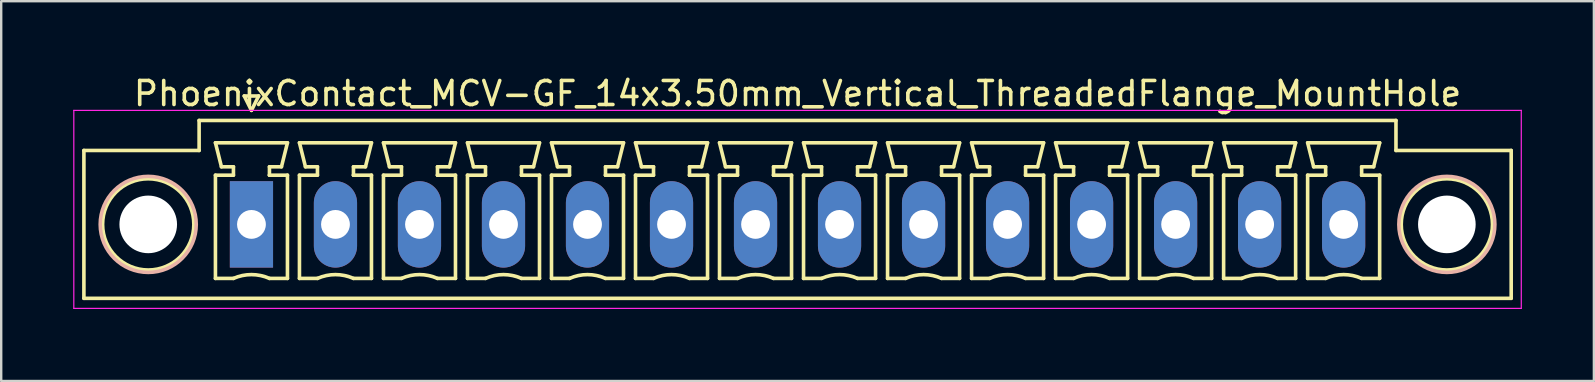
<source format=kicad_pcb>
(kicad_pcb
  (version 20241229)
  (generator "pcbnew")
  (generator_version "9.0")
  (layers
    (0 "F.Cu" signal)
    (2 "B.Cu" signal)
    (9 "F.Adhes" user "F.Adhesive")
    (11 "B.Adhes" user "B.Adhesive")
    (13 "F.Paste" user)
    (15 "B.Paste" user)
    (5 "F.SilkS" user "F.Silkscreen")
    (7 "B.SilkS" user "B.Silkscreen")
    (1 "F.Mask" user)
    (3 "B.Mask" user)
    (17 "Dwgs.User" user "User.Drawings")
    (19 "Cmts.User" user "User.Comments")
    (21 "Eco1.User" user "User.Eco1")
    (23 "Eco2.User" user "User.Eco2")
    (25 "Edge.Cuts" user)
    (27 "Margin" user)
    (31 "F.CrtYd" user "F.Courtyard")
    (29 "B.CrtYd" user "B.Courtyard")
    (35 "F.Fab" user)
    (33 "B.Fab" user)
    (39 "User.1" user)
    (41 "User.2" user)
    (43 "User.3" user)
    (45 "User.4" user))
  (footprint "PhoenixContact_MCV-GF_14x3.50mm_Vertical_ThreadedFlange_MountHole"
    (layer "F.Cu")
    (at 7.425 6.298)
    (property "Reference" "PhoenixContact_MCV-GF_14x3.50mm_Vertical_ThreadedFlange_MountHole" (at 22.75 -5.45 0) (layer "F.SilkS") (effects (font (size 1 1) (thickness 0.15))))
    (attr through_hole)
    (fp_line (start -6.98 -3.08) (end -6.98 3.08) (stroke (width 0.15) (type solid)) (layer "F.SilkS"))
    (fp_line (start -6.98 3.08) (end 52.48 3.08) (stroke (width 0.15) (type solid)) (layer "F.SilkS"))
    (fp_line (start -2.18 -4.33) (end -2.18 -3.08) (stroke (width 0.15) (type solid)) (layer "F.SilkS"))
    (fp_line (start -2.18 -3.08) (end -6.98 -3.08) (stroke (width 0.15) (type solid)) (layer "F.SilkS"))
    (fp_line (start -1.5 -3.4) (end 1.5 -3.4) (stroke (width 0.15) (type solid)) (layer "F.SilkS"))
    (fp_line (start -1.5 -2.05) (end -0.75 -2.05) (stroke (width 0.15) (type solid)) (layer "F.SilkS"))
    (fp_line (start -1.5 2.25) (end -1.5 -2.05) (stroke (width 0.15) (type solid)) (layer "F.SilkS"))
    (fp_line (start -1.25 -2.4) (end -1.5 -3.4) (stroke (width 0.15) (type solid)) (layer "F.SilkS"))
    (fp_line (start -0.75 -2.4) (end -1.25 -2.4) (stroke (width 0.15) (type solid)) (layer "F.SilkS"))
    (fp_line (start -0.75 -2.05) (end -0.75 -2.4) (stroke (width 0.15) (type solid)) (layer "F.SilkS"))
    (fp_line (start -0.75 2.25) (end -1.5 2.25) (stroke (width 0.15) (type solid)) (layer "F.SilkS"))
    (fp_line (start -0.3 -5.35) (end 0 -4.75) (stroke (width 0.15) (type solid)) (layer "F.SilkS"))
    (fp_line (start 0 -4.75) (end 0.3 -5.35) (stroke (width 0.15) (type solid)) (layer "F.SilkS"))
    (fp_line (start 0.3 -5.35) (end -0.3 -5.35) (stroke (width 0.15) (type solid)) (layer "F.SilkS"))
    (fp_line (start 0.75 -2.4) (end 0.75 -2.05) (stroke (width 0.15) (type solid)) (layer "F.SilkS"))
    (fp_line (start 0.75 -2.05) (end 0.75 -2.05) (stroke (width 0.15) (type solid)) (layer "F.SilkS"))
    (fp_line (start 0.75 -2.05) (end 1.5 -2.05) (stroke (width 0.15) (type solid)) (layer "F.SilkS"))
    (fp_line (start 1.25 -2.4) (end 0.75 -2.4) (stroke (width 0.15) (type solid)) (layer "F.SilkS"))
    (fp_line (start 1.5 -3.4) (end 1.25 -2.4) (stroke (width 0.15) (type solid)) (layer "F.SilkS"))
    (fp_line (start 1.5 -2.05) (end 1.5 2.25) (stroke (width 0.15) (type solid)) (layer "F.SilkS"))
    (fp_line (start 1.5 2.25) (end 0.75 2.25) (stroke (width 0.15) (type solid)) (layer "F.SilkS"))
    (fp_line (start 2 -3.4) (end 5 -3.4) (stroke (width 0.15) (type solid)) (layer "F.SilkS"))
    (fp_line (start 2 -2.05) (end 2.75 -2.05) (stroke (width 0.15) (type solid)) (layer "F.SilkS"))
    (fp_line (start 2 2.25) (end 2 -2.05) (stroke (width 0.15) (type solid)) (layer "F.SilkS"))
    (fp_line (start 2.25 -2.4) (end 2 -3.4) (stroke (width 0.15) (type solid)) (layer "F.SilkS"))
    (fp_line (start 2.75 -2.4) (end 2.25 -2.4) (stroke (width 0.15) (type solid)) (layer "F.SilkS"))
    (fp_line (start 2.75 -2.05) (end 2.75 -2.4) (stroke (width 0.15) (type solid)) (layer "F.SilkS"))
    (fp_line (start 2.75 2.25) (end 2 2.25) (stroke (width 0.15) (type solid)) (layer "F.SilkS"))
    (fp_line (start 4.25 -2.4) (end 4.25 -2.05) (stroke (width 0.15) (type solid)) (layer "F.SilkS"))
    (fp_line (start 4.25 -2.05) (end 4.25 -2.05) (stroke (width 0.15) (type solid)) (layer "F.SilkS"))
    (fp_line (start 4.25 -2.05) (end 5 -2.05) (stroke (width 0.15) (type solid)) (layer "F.SilkS"))
    (fp_line (start 4.75 -2.4) (end 4.25 -2.4) (stroke (width 0.15) (type solid)) (layer "F.SilkS"))
    (fp_line (start 5 -3.4) (end 4.75 -2.4) (stroke (width 0.15) (type solid)) (layer "F.SilkS"))
    (fp_line (start 5 -2.05) (end 5 2.25) (stroke (width 0.15) (type solid)) (layer "F.SilkS"))
    (fp_line (start 5 2.25) (end 4.25 2.25) (stroke (width 0.15) (type solid)) (layer "F.SilkS"))
    (fp_line (start 5.5 -3.4) (end 8.5 -3.4) (stroke (width 0.15) (type solid)) (layer "F.SilkS"))
    (fp_line (start 5.5 -2.05) (end 6.25 -2.05) (stroke (width 0.15) (type solid)) (layer "F.SilkS"))
    (fp_line (start 5.5 2.25) (end 5.5 -2.05) (stroke (width 0.15) (type solid)) (layer "F.SilkS"))
    (fp_line (start 5.75 -2.4) (end 5.5 -3.4) (stroke (width 0.15) (type solid)) (layer "F.SilkS"))
    (fp_line (start 6.25 -2.4) (end 5.75 -2.4) (stroke (width 0.15) (type solid)) (layer "F.SilkS"))
    (fp_line (start 6.25 -2.05) (end 6.25 -2.4) (stroke (width 0.15) (type solid)) (layer "F.SilkS"))
    (fp_line (start 6.25 2.25) (end 5.5 2.25) (stroke (width 0.15) (type solid)) (layer "F.SilkS"))
    (fp_line (start 7.75 -2.4) (end 7.75 -2.05) (stroke (width 0.15) (type solid)) (layer "F.SilkS"))
    (fp_line (start 7.75 -2.05) (end 7.75 -2.05) (stroke (width 0.15) (type solid)) (layer "F.SilkS"))
    (fp_line (start 7.75 -2.05) (end 8.5 -2.05) (stroke (width 0.15) (type solid)) (layer "F.SilkS"))
    (fp_line (start 8.25 -2.4) (end 7.75 -2.4) (stroke (width 0.15) (type solid)) (layer "F.SilkS"))
    (fp_line (start 8.5 -3.4) (end 8.25 -2.4) (stroke (width 0.15) (type solid)) (layer "F.SilkS"))
    (fp_line (start 8.5 -2.05) (end 8.5 2.25) (stroke (width 0.15) (type solid)) (layer "F.SilkS"))
    (fp_line (start 8.5 2.25) (end 7.75 2.25) (stroke (width 0.15) (type solid)) (layer "F.SilkS"))
    (fp_line (start 9 -3.4) (end 12 -3.4) (stroke (width 0.15) (type solid)) (layer "F.SilkS"))
    (fp_line (start 9 -2.05) (end 9.75 -2.05) (stroke (width 0.15) (type solid)) (layer "F.SilkS"))
    (fp_line (start 9 2.25) (end 9 -2.05) (stroke (width 0.15) (type solid)) (layer "F.SilkS"))
    (fp_line (start 9.25 -2.4) (end 9 -3.4) (stroke (width 0.15) (type solid)) (layer "F.SilkS"))
    (fp_line (start 9.75 -2.4) (end 9.25 -2.4) (stroke (width 0.15) (type solid)) (layer "F.SilkS"))
    (fp_line (start 9.75 -2.05) (end 9.75 -2.4) (stroke (width 0.15) (type solid)) (layer "F.SilkS"))
    (fp_line (start 9.75 2.25) (end 9 2.25) (stroke (width 0.15) (type solid)) (layer "F.SilkS"))
    (fp_line (start 11.25 -2.4) (end 11.25 -2.05) (stroke (width 0.15) (type solid)) (layer "F.SilkS"))
    (fp_line (start 11.25 -2.05) (end 11.25 -2.05) (stroke (width 0.15) (type solid)) (layer "F.SilkS"))
    (fp_line (start 11.25 -2.05) (end 12 -2.05) (stroke (width 0.15) (type solid)) (layer "F.SilkS"))
    (fp_line (start 11.75 -2.4) (end 11.25 -2.4) (stroke (width 0.15) (type solid)) (layer "F.SilkS"))
    (fp_line (start 12 -3.4) (end 11.75 -2.4) (stroke (width 0.15) (type solid)) (layer "F.SilkS"))
    (fp_line (start 12 -2.05) (end 12 2.25) (stroke (width 0.15) (type solid)) (layer "F.SilkS"))
    (fp_line (start 12 2.25) (end 11.25 2.25) (stroke (width 0.15) (type solid)) (layer "F.SilkS"))
    (fp_line (start 12.5 -3.4) (end 15.5 -3.4) (stroke (width 0.15) (type solid)) (layer "F.SilkS"))
    (fp_line (start 12.5 -2.05) (end 13.25 -2.05) (stroke (width 0.15) (type solid)) (layer "F.SilkS"))
    (fp_line (start 12.5 2.25) (end 12.5 -2.05) (stroke (width 0.15) (type solid)) (layer "F.SilkS"))
    (fp_line (start 12.75 -2.4) (end 12.5 -3.4) (stroke (width 0.15) (type solid)) (layer "F.SilkS"))
    (fp_line (start 13.25 -2.4) (end 12.75 -2.4) (stroke (width 0.15) (type solid)) (layer "F.SilkS"))
    (fp_line (start 13.25 -2.05) (end 13.25 -2.4) (stroke (width 0.15) (type solid)) (layer "F.SilkS"))
    (fp_line (start 13.25 2.25) (end 12.5 2.25) (stroke (width 0.15) (type solid)) (layer "F.SilkS"))
    (fp_line (start 14.75 -2.4) (end 14.75 -2.05) (stroke (width 0.15) (type solid)) (layer "F.SilkS"))
    (fp_line (start 14.75 -2.05) (end 14.75 -2.05) (stroke (width 0.15) (type solid)) (layer "F.SilkS"))
    (fp_line (start 14.75 -2.05) (end 15.5 -2.05) (stroke (width 0.15) (type solid)) (layer "F.SilkS"))
    (fp_line (start 15.25 -2.4) (end 14.75 -2.4) (stroke (width 0.15) (type solid)) (layer "F.SilkS"))
    (fp_line (start 15.5 -3.4) (end 15.25 -2.4) (stroke (width 0.15) (type solid)) (layer "F.SilkS"))
    (fp_line (start 15.5 -2.05) (end 15.5 2.25) (stroke (width 0.15) (type solid)) (layer "F.SilkS"))
    (fp_line (start 15.5 2.25) (end 14.75 2.25) (stroke (width 0.15) (type solid)) (layer "F.SilkS"))
    (fp_line (start 16 -3.4) (end 19 -3.4) (stroke (width 0.15) (type solid)) (layer "F.SilkS"))
    (fp_line (start 16 -2.05) (end 16.75 -2.05) (stroke (width 0.15) (type solid)) (layer "F.SilkS"))
    (fp_line (start 16 2.25) (end 16 -2.05) (stroke (width 0.15) (type solid)) (layer "F.SilkS"))
    (fp_line (start 16.25 -2.4) (end 16 -3.4) (stroke (width 0.15) (type solid)) (layer "F.SilkS"))
    (fp_line (start 16.75 -2.4) (end 16.25 -2.4) (stroke (width 0.15) (type solid)) (layer "F.SilkS"))
    (fp_line (start 16.75 -2.05) (end 16.75 -2.4) (stroke (width 0.15) (type solid)) (layer "F.SilkS"))
    (fp_line (start 16.75 2.25) (end 16 2.25) (stroke (width 0.15) (type solid)) (layer "F.SilkS"))
    (fp_line (start 18.25 -2.4) (end 18.25 -2.05) (stroke (width 0.15) (type solid)) (layer "F.SilkS"))
    (fp_line (start 18.25 -2.05) (end 18.25 -2.05) (stroke (width 0.15) (type solid)) (layer "F.SilkS"))
    (fp_line (start 18.25 -2.05) (end 19 -2.05) (stroke (width 0.15) (type solid)) (layer "F.SilkS"))
    (fp_line (start 18.75 -2.4) (end 18.25 -2.4) (stroke (width 0.15) (type solid)) (layer "F.SilkS"))
    (fp_line (start 19 -3.4) (end 18.75 -2.4) (stroke (width 0.15) (type solid)) (layer "F.SilkS"))
    (fp_line (start 19 -2.05) (end 19 2.25) (stroke (width 0.15) (type solid)) (layer "F.SilkS"))
    (fp_line (start 19 2.25) (end 18.25 2.25) (stroke (width 0.15) (type solid)) (layer "F.SilkS"))
    (fp_line (start 19.5 -3.4) (end 22.5 -3.4) (stroke (width 0.15) (type solid)) (layer "F.SilkS"))
    (fp_line (start 19.5 -2.05) (end 20.25 -2.05) (stroke (width 0.15) (type solid)) (layer "F.SilkS"))
    (fp_line (start 19.5 2.25) (end 19.5 -2.05) (stroke (width 0.15) (type solid)) (layer "F.SilkS"))
    (fp_line (start 19.75 -2.4) (end 19.5 -3.4) (stroke (width 0.15) (type solid)) (layer "F.SilkS"))
    (fp_line (start 20.25 -2.4) (end 19.75 -2.4) (stroke (width 0.15) (type solid)) (layer "F.SilkS"))
    (fp_line (start 20.25 -2.05) (end 20.25 -2.4) (stroke (width 0.15) (type solid)) (layer "F.SilkS"))
    (fp_line (start 20.25 2.25) (end 19.5 2.25) (stroke (width 0.15) (type solid)) (layer "F.SilkS"))
    (fp_line (start 21.75 -2.4) (end 21.75 -2.05) (stroke (width 0.15) (type solid)) (layer "F.SilkS"))
    (fp_line (start 21.75 -2.05) (end 21.75 -2.05) (stroke (width 0.15) (type solid)) (layer "F.SilkS"))
    (fp_line (start 21.75 -2.05) (end 22.5 -2.05) (stroke (width 0.15) (type solid)) (layer "F.SilkS"))
    (fp_line (start 22.25 -2.4) (end 21.75 -2.4) (stroke (width 0.15) (type solid)) (layer "F.SilkS"))
    (fp_line (start 22.5 -3.4) (end 22.25 -2.4) (stroke (width 0.15) (type solid)) (layer "F.SilkS"))
    (fp_line (start 22.5 -2.05) (end 22.5 2.25) (stroke (width 0.15) (type solid)) (layer "F.SilkS"))
    (fp_line (start 22.5 2.25) (end 21.75 2.25) (stroke (width 0.15) (type solid)) (layer "F.SilkS"))
    (fp_line (start 23 -3.4) (end 26 -3.4) (stroke (width 0.15) (type solid)) (layer "F.SilkS"))
    (fp_line (start 23 -2.05) (end 23.75 -2.05) (stroke (width 0.15) (type solid)) (layer "F.SilkS"))
    (fp_line (start 23 2.25) (end 23 -2.05) (stroke (width 0.15) (type solid)) (layer "F.SilkS"))
    (fp_line (start 23.25 -2.4) (end 23 -3.4) (stroke (width 0.15) (type solid)) (layer "F.SilkS"))
    (fp_line (start 23.75 -2.4) (end 23.25 -2.4) (stroke (width 0.15) (type solid)) (layer "F.SilkS"))
    (fp_line (start 23.75 -2.05) (end 23.75 -2.4) (stroke (width 0.15) (type solid)) (layer "F.SilkS"))
    (fp_line (start 23.75 2.25) (end 23 2.25) (stroke (width 0.15) (type solid)) (layer "F.SilkS"))
    (fp_line (start 25.25 -2.4) (end 25.25 -2.05) (stroke (width 0.15) (type solid)) (layer "F.SilkS"))
    (fp_line (start 25.25 -2.05) (end 25.25 -2.05) (stroke (width 0.15) (type solid)) (layer "F.SilkS"))
    (fp_line (start 25.25 -2.05) (end 26 -2.05) (stroke (width 0.15) (type solid)) (layer "F.SilkS"))
    (fp_line (start 25.75 -2.4) (end 25.25 -2.4) (stroke (width 0.15) (type solid)) (layer "F.SilkS"))
    (fp_line (start 26 -3.4) (end 25.75 -2.4) (stroke (width 0.15) (type solid)) (layer "F.SilkS"))
    (fp_line (start 26 -2.05) (end 26 2.25) (stroke (width 0.15) (type solid)) (layer "F.SilkS"))
    (fp_line (start 26 2.25) (end 25.25 2.25) (stroke (width 0.15) (type solid)) (layer "F.SilkS"))
    (fp_line (start 26.5 -3.4) (end 29.5 -3.4) (stroke (width 0.15) (type solid)) (layer "F.SilkS"))
    (fp_line (start 26.5 -2.05) (end 27.25 -2.05) (stroke (width 0.15) (type solid)) (layer "F.SilkS"))
    (fp_line (start 26.5 2.25) (end 26.5 -2.05) (stroke (width 0.15) (type solid)) (layer "F.SilkS"))
    (fp_line (start 26.75 -2.4) (end 26.5 -3.4) (stroke (width 0.15) (type solid)) (layer "F.SilkS"))
    (fp_line (start 27.25 -2.4) (end 26.75 -2.4) (stroke (width 0.15) (type solid)) (layer "F.SilkS"))
    (fp_line (start 27.25 -2.05) (end 27.25 -2.4) (stroke (width 0.15) (type solid)) (layer "F.SilkS"))
    (fp_line (start 27.25 2.25) (end 26.5 2.25) (stroke (width 0.15) (type solid)) (layer "F.SilkS"))
    (fp_line (start 28.75 -2.4) (end 28.75 -2.05) (stroke (width 0.15) (type solid)) (layer "F.SilkS"))
    (fp_line (start 28.75 -2.05) (end 28.75 -2.05) (stroke (width 0.15) (type solid)) (layer "F.SilkS"))
    (fp_line (start 28.75 -2.05) (end 29.5 -2.05) (stroke (width 0.15) (type solid)) (layer "F.SilkS"))
    (fp_line (start 29.25 -2.4) (end 28.75 -2.4) (stroke (width 0.15) (type solid)) (layer "F.SilkS"))
    (fp_line (start 29.5 -3.4) (end 29.25 -2.4) (stroke (width 0.15) (type solid)) (layer "F.SilkS"))
    (fp_line (start 29.5 -2.05) (end 29.5 2.25) (stroke (width 0.15) (type solid)) (layer "F.SilkS"))
    (fp_line (start 29.5 2.25) (end 28.75 2.25) (stroke (width 0.15) (type solid)) (layer "F.SilkS"))
    (fp_line (start 30 -3.4) (end 33 -3.4) (stroke (width 0.15) (type solid)) (layer "F.SilkS"))
    (fp_line (start 30 -2.05) (end 30.75 -2.05) (stroke (width 0.15) (type solid)) (layer "F.SilkS"))
    (fp_line (start 30 2.25) (end 30 -2.05) (stroke (width 0.15) (type solid)) (layer "F.SilkS"))
    (fp_line (start 30.25 -2.4) (end 30 -3.4) (stroke (width 0.15) (type solid)) (layer "F.SilkS"))
    (fp_line (start 30.75 -2.4) (end 30.25 -2.4) (stroke (width 0.15) (type solid)) (layer "F.SilkS"))
    (fp_line (start 30.75 -2.05) (end 30.75 -2.4) (stroke (width 0.15) (type solid)) (layer "F.SilkS"))
    (fp_line (start 30.75 2.25) (end 30 2.25) (stroke (width 0.15) (type solid)) (layer "F.SilkS"))
    (fp_line (start 32.25 -2.4) (end 32.25 -2.05) (stroke (width 0.15) (type solid)) (layer "F.SilkS"))
    (fp_line (start 32.25 -2.05) (end 32.25 -2.05) (stroke (width 0.15) (type solid)) (layer "F.SilkS"))
    (fp_line (start 32.25 -2.05) (end 33 -2.05) (stroke (width 0.15) (type solid)) (layer "F.SilkS"))
    (fp_line (start 32.75 -2.4) (end 32.25 -2.4) (stroke (width 0.15) (type solid)) (layer "F.SilkS"))
    (fp_line (start 33 -3.4) (end 32.75 -2.4) (stroke (width 0.15) (type solid)) (layer "F.SilkS"))
    (fp_line (start 33 -2.05) (end 33 2.25) (stroke (width 0.15) (type solid)) (layer "F.SilkS"))
    (fp_line (start 33 2.25) (end 32.25 2.25) (stroke (width 0.15) (type solid)) (layer "F.SilkS"))
    (fp_line (start 33.5 -3.4) (end 36.5 -3.4) (stroke (width 0.15) (type solid)) (layer "F.SilkS"))
    (fp_line (start 33.5 -2.05) (end 34.25 -2.05) (stroke (width 0.15) (type solid)) (layer "F.SilkS"))
    (fp_line (start 33.5 2.25) (end 33.5 -2.05) (stroke (width 0.15) (type solid)) (layer "F.SilkS"))
    (fp_line (start 33.75 -2.4) (end 33.5 -3.4) (stroke (width 0.15) (type solid)) (layer "F.SilkS"))
    (fp_line (start 34.25 -2.4) (end 33.75 -2.4) (stroke (width 0.15) (type solid)) (layer "F.SilkS"))
    (fp_line (start 34.25 -2.05) (end 34.25 -2.4) (stroke (width 0.15) (type solid)) (layer "F.SilkS"))
    (fp_line (start 34.25 2.25) (end 33.5 2.25) (stroke (width 0.15) (type solid)) (layer "F.SilkS"))
    (fp_line (start 35.75 -2.4) (end 35.75 -2.05) (stroke (width 0.15) (type solid)) (layer "F.SilkS"))
    (fp_line (start 35.75 -2.05) (end 35.75 -2.05) (stroke (width 0.15) (type solid)) (layer "F.SilkS"))
    (fp_line (start 35.75 -2.05) (end 36.5 -2.05) (stroke (width 0.15) (type solid)) (layer "F.SilkS"))
    (fp_line (start 36.25 -2.4) (end 35.75 -2.4) (stroke (width 0.15) (type solid)) (layer "F.SilkS"))
    (fp_line (start 36.5 -3.4) (end 36.25 -2.4) (stroke (width 0.15) (type solid)) (layer "F.SilkS"))
    (fp_line (start 36.5 -2.05) (end 36.5 2.25) (stroke (width 0.15) (type solid)) (layer "F.SilkS"))
    (fp_line (start 36.5 2.25) (end 35.75 2.25) (stroke (width 0.15) (type solid)) (layer "F.SilkS"))
    (fp_line (start 37 -3.4) (end 40 -3.4) (stroke (width 0.15) (type solid)) (layer "F.SilkS"))
    (fp_line (start 37 -2.05) (end 37.75 -2.05) (stroke (width 0.15) (type solid)) (layer "F.SilkS"))
    (fp_line (start 37 2.25) (end 37 -2.05) (stroke (width 0.15) (type solid)) (layer "F.SilkS"))
    (fp_line (start 37.25 -2.4) (end 37 -3.4) (stroke (width 0.15) (type solid)) (layer "F.SilkS"))
    (fp_line (start 37.75 -2.4) (end 37.25 -2.4) (stroke (width 0.15) (type solid)) (layer "F.SilkS"))
    (fp_line (start 37.75 -2.05) (end 37.75 -2.4) (stroke (width 0.15) (type solid)) (layer "F.SilkS"))
    (fp_line (start 37.75 2.25) (end 37 2.25) (stroke (width 0.15) (type solid)) (layer "F.SilkS"))
    (fp_line (start 39.25 -2.4) (end 39.25 -2.05) (stroke (width 0.15) (type solid)) (layer "F.SilkS"))
    (fp_line (start 39.25 -2.05) (end 39.25 -2.05) (stroke (width 0.15) (type solid)) (layer "F.SilkS"))
    (fp_line (start 39.25 -2.05) (end 40 -2.05) (stroke (width 0.15) (type solid)) (layer "F.SilkS"))
    (fp_line (start 39.75 -2.4) (end 39.25 -2.4) (stroke (width 0.15) (type solid)) (layer "F.SilkS"))
    (fp_line (start 40 -3.4) (end 39.75 -2.4) (stroke (width 0.15) (type solid)) (layer "F.SilkS"))
    (fp_line (start 40 -2.05) (end 40 2.25) (stroke (width 0.15) (type solid)) (layer "F.SilkS"))
    (fp_line (start 40 2.25) (end 39.25 2.25) (stroke (width 0.15) (type solid)) (layer "F.SilkS"))
    (fp_line (start 40.5 -3.4) (end 43.5 -3.4) (stroke (width 0.15) (type solid)) (layer "F.SilkS"))
    (fp_line (start 40.5 -2.05) (end 41.25 -2.05) (stroke (width 0.15) (type solid)) (layer "F.SilkS"))
    (fp_line (start 40.5 2.25) (end 40.5 -2.05) (stroke (width 0.15) (type solid)) (layer "F.SilkS"))
    (fp_line (start 40.75 -2.4) (end 40.5 -3.4) (stroke (width 0.15) (type solid)) (layer "F.SilkS"))
    (fp_line (start 41.25 -2.4) (end 40.75 -2.4) (stroke (width 0.15) (type solid)) (layer "F.SilkS"))
    (fp_line (start 41.25 -2.05) (end 41.25 -2.4) (stroke (width 0.15) (type solid)) (layer "F.SilkS"))
    (fp_line (start 41.25 2.25) (end 40.5 2.25) (stroke (width 0.15) (type solid)) (layer "F.SilkS"))
    (fp_line (start 42.75 -2.4) (end 42.75 -2.05) (stroke (width 0.15) (type solid)) (layer "F.SilkS"))
    (fp_line (start 42.75 -2.05) (end 42.75 -2.05) (stroke (width 0.15) (type solid)) (layer "F.SilkS"))
    (fp_line (start 42.75 -2.05) (end 43.5 -2.05) (stroke (width 0.15) (type solid)) (layer "F.SilkS"))
    (fp_line (start 43.25 -2.4) (end 42.75 -2.4) (stroke (width 0.15) (type solid)) (layer "F.SilkS"))
    (fp_line (start 43.5 -3.4) (end 43.25 -2.4) (stroke (width 0.15) (type solid)) (layer "F.SilkS"))
    (fp_line (start 43.5 -2.05) (end 43.5 2.25) (stroke (width 0.15) (type solid)) (layer "F.SilkS"))
    (fp_line (start 43.5 2.25) (end 42.75 2.25) (stroke (width 0.15) (type solid)) (layer "F.SilkS"))
    (fp_line (start 44 -3.4) (end 47 -3.4) (stroke (width 0.15) (type solid)) (layer "F.SilkS"))
    (fp_line (start 44 -2.05) (end 44.75 -2.05) (stroke (width 0.15) (type solid)) (layer "F.SilkS"))
    (fp_line (start 44 2.25) (end 44 -2.05) (stroke (width 0.15) (type solid)) (layer "F.SilkS"))
    (fp_line (start 44.25 -2.4) (end 44 -3.4) (stroke (width 0.15) (type solid)) (layer "F.SilkS"))
    (fp_line (start 44.75 -2.4) (end 44.25 -2.4) (stroke (width 0.15) (type solid)) (layer "F.SilkS"))
    (fp_line (start 44.75 -2.05) (end 44.75 -2.4) (stroke (width 0.15) (type solid)) (layer "F.SilkS"))
    (fp_line (start 44.75 2.25) (end 44 2.25) (stroke (width 0.15) (type solid)) (layer "F.SilkS"))
    (fp_line (start 46.25 -2.4) (end 46.25 -2.05) (stroke (width 0.15) (type solid)) (layer "F.SilkS"))
    (fp_line (start 46.25 -2.05) (end 46.25 -2.05) (stroke (width 0.15) (type solid)) (layer "F.SilkS"))
    (fp_line (start 46.25 -2.05) (end 47 -2.05) (stroke (width 0.15) (type solid)) (layer "F.SilkS"))
    (fp_line (start 46.75 -2.4) (end 46.25 -2.4) (stroke (width 0.15) (type solid)) (layer "F.SilkS"))
    (fp_line (start 47 -3.4) (end 46.75 -2.4) (stroke (width 0.15) (type solid)) (layer "F.SilkS"))
    (fp_line (start 47 -2.05) (end 47 2.25) (stroke (width 0.15) (type solid)) (layer "F.SilkS"))
    (fp_line (start 47 2.25) (end 46.25 2.25) (stroke (width 0.15) (type solid)) (layer "F.SilkS"))
    (fp_line (start 47.68 -4.33) (end -2.18 -4.33) (stroke (width 0.15) (type solid)) (layer "F.SilkS"))
    (fp_line (start 47.68 -3.08) (end 47.68 -4.33) (stroke (width 0.15) (type solid)) (layer "F.SilkS"))
    (fp_line (start 52.48 -3.08) (end 47.68 -3.08) (stroke (width 0.15) (type solid)) (layer "F.SilkS"))
    (fp_line (start 52.48 3.08) (end 52.48 -3.08) (stroke (width 0.15) (type solid)) (layer "F.SilkS"))
    (fp_arc (start -0.75 2.25) (mid -0.000193 2.09191) (end 0.749647 2.249844) (stroke (width 0.15) (type solid)) (layer "F.SilkS"))
    (fp_arc (start 2.75 2.25) (mid 3.499807 2.09191) (end 4.249647 2.249844) (stroke (width 0.15) (type solid)) (layer "F.SilkS"))
    (fp_arc (start 6.25 2.25) (mid 6.999807 2.09191) (end 7.749647 2.249844) (stroke (width 0.15) (type solid)) (layer "F.SilkS"))
    (fp_arc (start 9.75 2.25) (mid 10.499807 2.09191) (end 11.249647 2.249844) (stroke (width 0.15) (type solid)) (layer "F.SilkS"))
    (fp_arc (start 13.25 2.25) (mid 13.999807 2.09191) (end 14.749647 2.249844) (stroke (width 0.15) (type solid)) (layer "F.SilkS"))
    (fp_arc (start 16.75 2.25) (mid 17.499807 2.09191) (end 18.249647 2.249844) (stroke (width 0.15) (type solid)) (layer "F.SilkS"))
    (fp_arc (start 20.25 2.25) (mid 20.999807 2.09191) (end 21.749647 2.249844) (stroke (width 0.15) (type solid)) (layer "F.SilkS"))
    (fp_arc (start 23.75 2.25) (mid 24.499807 2.09191) (end 25.249647 2.249844) (stroke (width 0.15) (type solid)) (layer "F.SilkS"))
    (fp_arc (start 27.25 2.25) (mid 27.999807 2.09191) (end 28.749647 2.249844) (stroke (width 0.15) (type solid)) (layer "F.SilkS"))
    (fp_arc (start 30.75 2.25) (mid 31.499807 2.09191) (end 32.249647 2.249844) (stroke (width 0.15) (type solid)) (layer "F.SilkS"))
    (fp_arc (start 34.25 2.25) (mid 34.999807 2.09191) (end 35.749647 2.249844) (stroke (width 0.15) (type solid)) (layer "F.SilkS"))
    (fp_arc (start 37.75 2.25) (mid 38.499807 2.09191) (end 39.249647 2.249844) (stroke (width 0.15) (type solid)) (layer "F.SilkS"))
    (fp_arc (start 41.25 2.25) (mid 41.999807 2.09191) (end 42.749647 2.249844) (stroke (width 0.15) (type solid)) (layer "F.SilkS"))
    (fp_arc (start 44.75 2.25) (mid 45.499807 2.09191) (end 46.249647 2.249844) (stroke (width 0.15) (type solid)) (layer "F.SilkS"))
    (fp_circle (center -4.3 0) (end -2.4 0) (stroke (width 0.15) (type solid)) (fill no) (layer "F.SilkS"))
    (fp_circle (center 49.8 0) (end 51.7 0) (stroke (width 0.15) (type solid)) (fill no) (layer "F.SilkS"))
    (fp_circle (center -4.3 0) (end -2.3 0) (stroke (width 0.15) (type solid)) (fill no) (layer "B.SilkS"))
    (fp_circle (center 49.8 0) (end 51.8 0) (stroke (width 0.15) (type solid)) (fill no) (layer "B.SilkS"))
    (fp_line (start -7.4 -4.75) (end -7.4 3.5) (stroke (width 0.05) (type solid)) (layer "F.CrtYd"))
    (fp_line (start -7.4 3.5) (end 52.9 3.5) (stroke (width 0.05) (type solid)) (layer "F.CrtYd"))
    (fp_line (start 52.9 -4.75) (end -7.4 -4.75) (stroke (width 0.05) (type solid)) (layer "F.CrtYd"))
    (fp_line (start 52.9 3.5) (end 52.9 -4.75) (stroke (width 0.05) (type solid)) (layer "F.CrtYd"))
    (pad "" np_thru_hole circle (at -4.3 0) (size 2.4 2.4) (drill 2.4) (layers "*.Cu" "*.Mask"))
    (pad "" np_thru_hole circle (at 49.8 0) (size 2.4 2.4) (drill 2.4) (layers "*.Cu" "*.Mask"))
    (pad "1" thru_hole rect (at 0 0) (size 1.8 3.6) (drill 1.2) (layers "*.Cu" "*.Mask"))
    (pad "2" thru_hole oval (at 3.5 0) (size 1.8 3.6) (drill 1.2) (layers "*.Cu" "*.Mask"))
    (pad "3" thru_hole oval (at 7 0) (size 1.8 3.6) (drill 1.2) (layers "*.Cu" "*.Mask"))
    (pad "4" thru_hole oval (at 10.5 0) (size 1.8 3.6) (drill 1.2) (layers "*.Cu" "*.Mask"))
    (pad "5" thru_hole oval (at 14 0) (size 1.8 3.6) (drill 1.2) (layers "*.Cu" "*.Mask"))
    (pad "6" thru_hole oval (at 17.5 0) (size 1.8 3.6) (drill 1.2) (layers "*.Cu" "*.Mask"))
    (pad "7" thru_hole oval (at 21 0) (size 1.8 3.6) (drill 1.2) (layers "*.Cu" "*.Mask"))
    (pad "8" thru_hole oval (at 24.5 0) (size 1.8 3.6) (drill 1.2) (layers "*.Cu" "*.Mask"))
    (pad "9" thru_hole oval (at 28 0) (size 1.8 3.6) (drill 1.2) (layers "*.Cu" "*.Mask"))
    (pad "10" thru_hole oval (at 31.5 0) (size 1.8 3.6) (drill 1.2) (layers "*.Cu" "*.Mask"))
    (pad "11" thru_hole oval (at 35 0) (size 1.8 3.6) (drill 1.2) (layers "*.Cu" "*.Mask"))
    (pad "12" thru_hole oval (at 38.5 0) (size 1.8 3.6) (drill 1.2) (layers "*.Cu" "*.Mask"))
    (pad "13" thru_hole oval (at 42 0) (size 1.8 3.6) (drill 1.2) (layers "*.Cu" "*.Mask"))
    (pad "14" thru_hole oval (at 45.5 0) (size 1.8 3.6) (drill 1.2) (layers "*.Cu" "*.Mask")))
  (gr_rect
    (start -3 -3)
    (end 63.35 12.823)
    (stroke (width 0.1) (type default))
    (fill no)
    (layer "Edge.Cuts")))
</source>
